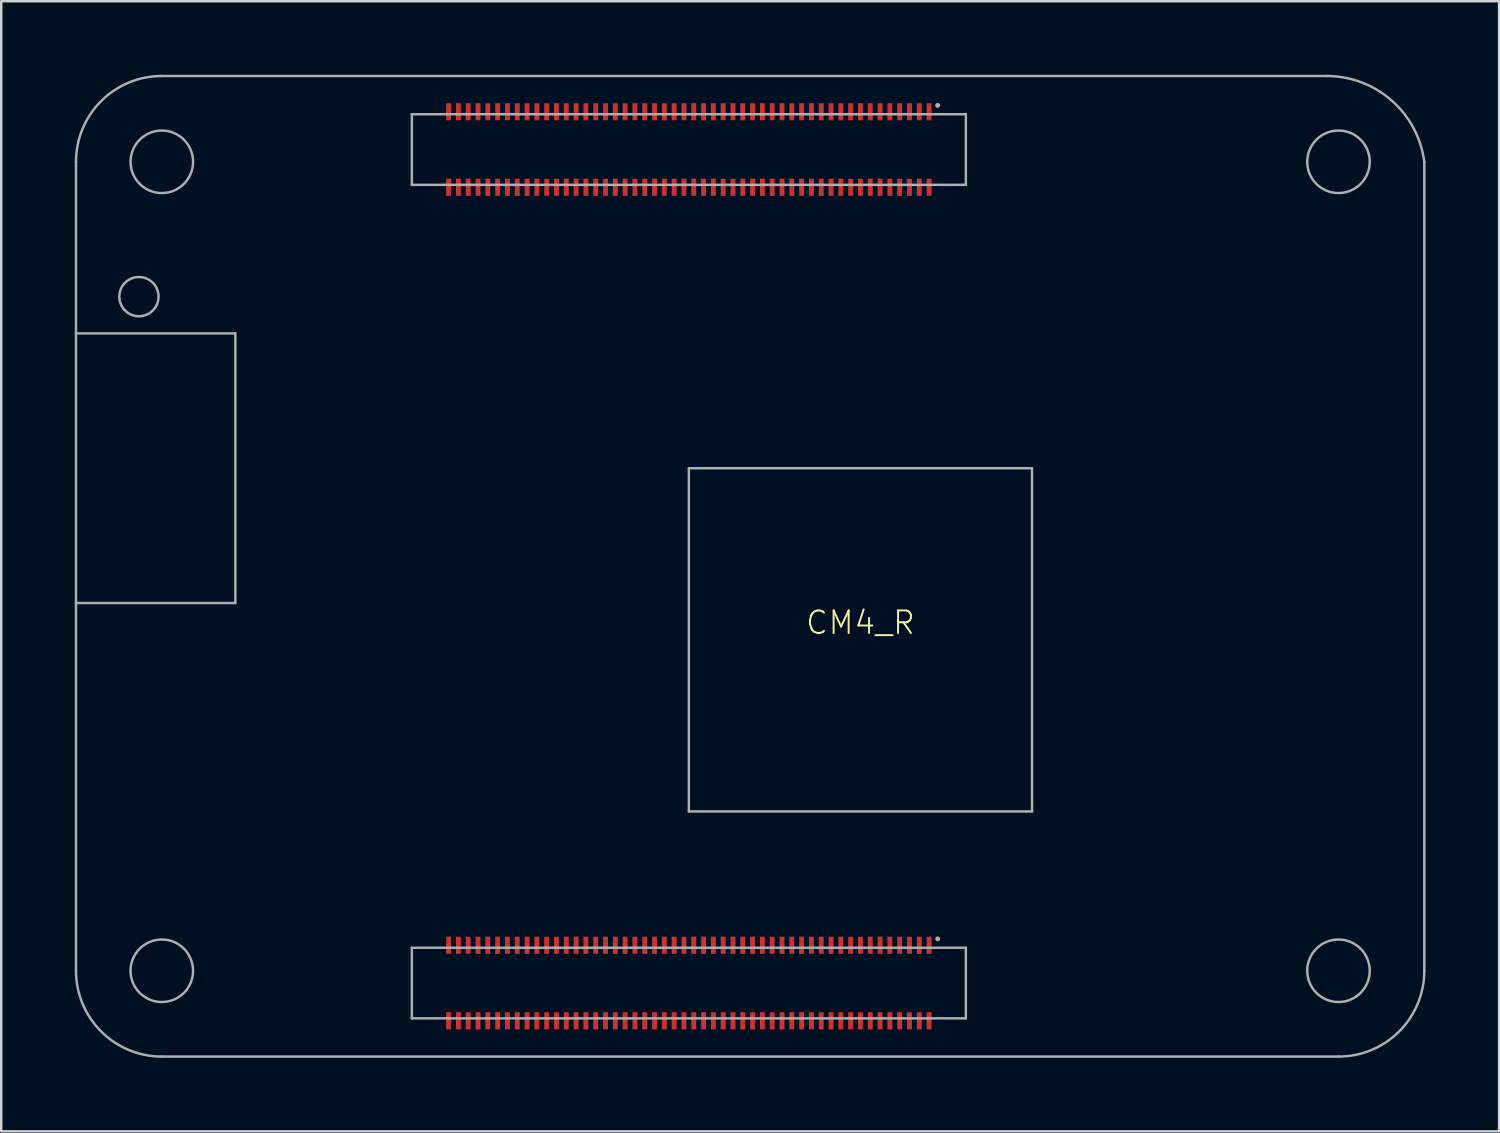
<source format=kicad_pcb>
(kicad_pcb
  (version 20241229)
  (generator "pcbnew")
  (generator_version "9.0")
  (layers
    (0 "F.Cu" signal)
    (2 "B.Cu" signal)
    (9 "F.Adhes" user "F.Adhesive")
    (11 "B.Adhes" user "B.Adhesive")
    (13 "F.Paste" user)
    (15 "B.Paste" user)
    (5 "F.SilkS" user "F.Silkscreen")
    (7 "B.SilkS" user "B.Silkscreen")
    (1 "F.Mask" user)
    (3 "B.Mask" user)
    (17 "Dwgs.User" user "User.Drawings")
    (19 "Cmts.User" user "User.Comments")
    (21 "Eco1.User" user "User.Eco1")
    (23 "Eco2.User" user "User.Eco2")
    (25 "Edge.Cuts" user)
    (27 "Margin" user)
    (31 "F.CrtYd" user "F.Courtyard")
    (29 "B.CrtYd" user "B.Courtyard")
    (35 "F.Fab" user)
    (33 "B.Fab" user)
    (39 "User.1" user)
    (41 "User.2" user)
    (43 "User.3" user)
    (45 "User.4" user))
  (footprint "CM4_R"
    (layer "F.Cu")
    (at 27.55 20.05)
    (property "Reference" "CM4_R" (at 4.5 2.3 0) (unlocked yes) (layer "F.SilkS") (effects (font (size 0.92 0.92) (thickness 0.08))))
    (fp_line (start -12.3 -18.29) (end -12.3 -18.79) (stroke (width 0.2) (type solid)) (layer "F.Paste"))
    (fp_line (start -12.3 -15.21) (end -12.3 -15.71) (stroke (width 0.2) (type solid)) (layer "F.Paste"))
    (fp_line (start -12.3 15.71) (end -12.3 15.21) (stroke (width 0.2) (type solid)) (layer "F.Paste"))
    (fp_line (start -12.3 18.79) (end -12.3 18.29) (stroke (width 0.2) (type solid)) (layer "F.Paste"))
    (fp_line (start -11.9 -18.29) (end -11.9 -18.79) (stroke (width 0.2) (type solid)) (layer "F.Paste"))
    (fp_line (start -11.9 -15.21) (end -11.9 -15.71) (stroke (width 0.2) (type solid)) (layer "F.Paste"))
    (fp_line (start -11.9 15.71) (end -11.9 15.21) (stroke (width 0.2) (type solid)) (layer "F.Paste"))
    (fp_line (start -11.9 18.79) (end -11.9 18.29) (stroke (width 0.2) (type solid)) (layer "F.Paste"))
    (fp_line (start -11.5 -18.29) (end -11.5 -18.79) (stroke (width 0.2) (type solid)) (layer "F.Paste"))
    (fp_line (start -11.5 -15.21) (end -11.5 -15.71) (stroke (width 0.2) (type solid)) (layer "F.Paste"))
    (fp_line (start -11.5 15.71) (end -11.5 15.21) (stroke (width 0.2) (type solid)) (layer "F.Paste"))
    (fp_line (start -11.5 18.79) (end -11.5 18.29) (stroke (width 0.2) (type solid)) (layer "F.Paste"))
    (fp_line (start -11.1 -18.29) (end -11.1 -18.79) (stroke (width 0.2) (type solid)) (layer "F.Paste"))
    (fp_line (start -11.1 -15.21) (end -11.1 -15.71) (stroke (width 0.2) (type solid)) (layer "F.Paste"))
    (fp_line (start -11.1 15.71) (end -11.1 15.21) (stroke (width 0.2) (type solid)) (layer "F.Paste"))
    (fp_line (start -11.1 18.79) (end -11.1 18.29) (stroke (width 0.2) (type solid)) (layer "F.Paste"))
    (fp_line (start -10.7 -18.29) (end -10.7 -18.79) (stroke (width 0.2) (type solid)) (layer "F.Paste"))
    (fp_line (start -10.7 -15.21) (end -10.7 -15.71) (stroke (width 0.2) (type solid)) (layer "F.Paste"))
    (fp_line (start -10.7 15.71) (end -10.7 15.21) (stroke (width 0.2) (type solid)) (layer "F.Paste"))
    (fp_line (start -10.7 18.79) (end -10.7 18.29) (stroke (width 0.2) (type solid)) (layer "F.Paste"))
    (fp_line (start -10.3 -18.29) (end -10.3 -18.79) (stroke (width 0.2) (type solid)) (layer "F.Paste"))
    (fp_line (start -10.3 -15.21) (end -10.3 -15.71) (stroke (width 0.2) (type solid)) (layer "F.Paste"))
    (fp_line (start -10.3 15.71) (end -10.3 15.21) (stroke (width 0.2) (type solid)) (layer "F.Paste"))
    (fp_line (start -10.3 18.79) (end -10.3 18.29) (stroke (width 0.2) (type solid)) (layer "F.Paste"))
    (fp_line (start -9.9 -18.29) (end -9.9 -18.79) (stroke (width 0.2) (type solid)) (layer "F.Paste"))
    (fp_line (start -9.9 -15.21) (end -9.9 -15.71) (stroke (width 0.2) (type solid)) (layer "F.Paste"))
    (fp_line (start -9.9 15.71) (end -9.9 15.21) (stroke (width 0.2) (type solid)) (layer "F.Paste"))
    (fp_line (start -9.9 18.79) (end -9.9 18.29) (stroke (width 0.2) (type solid)) (layer "F.Paste"))
    (fp_line (start -9.5 -18.29) (end -9.5 -18.79) (stroke (width 0.2) (type solid)) (layer "F.Paste"))
    (fp_line (start -9.5 -15.21) (end -9.5 -15.71) (stroke (width 0.2) (type solid)) (layer "F.Paste"))
    (fp_line (start -9.5 15.71) (end -9.5 15.21) (stroke (width 0.2) (type solid)) (layer "F.Paste"))
    (fp_line (start -9.5 18.79) (end -9.5 18.29) (stroke (width 0.2) (type solid)) (layer "F.Paste"))
    (fp_line (start -9.1 -18.29) (end -9.1 -18.79) (stroke (width 0.2) (type solid)) (layer "F.Paste"))
    (fp_line (start -9.1 -15.21) (end -9.1 -15.71) (stroke (width 0.2) (type solid)) (layer "F.Paste"))
    (fp_line (start -9.1 15.71) (end -9.1 15.21) (stroke (width 0.2) (type solid)) (layer "F.Paste"))
    (fp_line (start -9.1 18.79) (end -9.1 18.29) (stroke (width 0.2) (type solid)) (layer "F.Paste"))
    (fp_line (start -8.7 -18.29) (end -8.7 -18.79) (stroke (width 0.2) (type solid)) (layer "F.Paste"))
    (fp_line (start -8.7 -15.21) (end -8.7 -15.71) (stroke (width 0.2) (type solid)) (layer "F.Paste"))
    (fp_line (start -8.7 15.71) (end -8.7 15.21) (stroke (width 0.2) (type solid)) (layer "F.Paste"))
    (fp_line (start -8.7 18.79) (end -8.7 18.29) (stroke (width 0.2) (type solid)) (layer "F.Paste"))
    (fp_line (start -8.3 -18.29) (end -8.3 -18.79) (stroke (width 0.2) (type solid)) (layer "F.Paste"))
    (fp_line (start -8.3 -15.21) (end -8.3 -15.71) (stroke (width 0.2) (type solid)) (layer "F.Paste"))
    (fp_line (start -8.3 15.71) (end -8.3 15.21) (stroke (width 0.2) (type solid)) (layer "F.Paste"))
    (fp_line (start -8.3 18.79) (end -8.3 18.29) (stroke (width 0.2) (type solid)) (layer "F.Paste"))
    (fp_line (start -7.9 -18.29) (end -7.9 -18.79) (stroke (width 0.2) (type solid)) (layer "F.Paste"))
    (fp_line (start -7.9 -15.21) (end -7.9 -15.71) (stroke (width 0.2) (type solid)) (layer "F.Paste"))
    (fp_line (start -7.9 15.71) (end -7.9 15.21) (stroke (width 0.2) (type solid)) (layer "F.Paste"))
    (fp_line (start -7.9 18.79) (end -7.9 18.29) (stroke (width 0.2) (type solid)) (layer "F.Paste"))
    (fp_line (start -7.5 -18.29) (end -7.5 -18.79) (stroke (width 0.2) (type solid)) (layer "F.Paste"))
    (fp_line (start -7.5 -15.21) (end -7.5 -15.71) (stroke (width 0.2) (type solid)) (layer "F.Paste"))
    (fp_line (start -7.5 15.71) (end -7.5 15.21) (stroke (width 0.2) (type solid)) (layer "F.Paste"))
    (fp_line (start -7.5 18.79) (end -7.5 18.29) (stroke (width 0.2) (type solid)) (layer "F.Paste"))
    (fp_line (start -7.1 -18.29) (end -7.1 -18.79) (stroke (width 0.2) (type solid)) (layer "F.Paste"))
    (fp_line (start -7.1 -15.21) (end -7.1 -15.71) (stroke (width 0.2) (type solid)) (layer "F.Paste"))
    (fp_line (start -7.1 15.71) (end -7.1 15.21) (stroke (width 0.2) (type solid)) (layer "F.Paste"))
    (fp_line (start -7.1 18.79) (end -7.1 18.29) (stroke (width 0.2) (type solid)) (layer "F.Paste"))
    (fp_line (start -6.7 -18.29) (end -6.7 -18.79) (stroke (width 0.2) (type solid)) (layer "F.Paste"))
    (fp_line (start -6.7 -15.21) (end -6.7 -15.71) (stroke (width 0.2) (type solid)) (layer "F.Paste"))
    (fp_line (start -6.7 15.71) (end -6.7 15.21) (stroke (width 0.2) (type solid)) (layer "F.Paste"))
    (fp_line (start -6.7 18.79) (end -6.7 18.29) (stroke (width 0.2) (type solid)) (layer "F.Paste"))
    (fp_line (start -6.3 -18.29) (end -6.3 -18.79) (stroke (width 0.2) (type solid)) (layer "F.Paste"))
    (fp_line (start -6.3 -15.21) (end -6.3 -15.71) (stroke (width 0.2) (type solid)) (layer "F.Paste"))
    (fp_line (start -6.3 15.71) (end -6.3 15.21) (stroke (width 0.2) (type solid)) (layer "F.Paste"))
    (fp_line (start -6.3 18.79) (end -6.3 18.29) (stroke (width 0.2) (type solid)) (layer "F.Paste"))
    (fp_line (start -5.9 -18.29) (end -5.9 -18.79) (stroke (width 0.2) (type solid)) (layer "F.Paste"))
    (fp_line (start -5.9 -15.21) (end -5.9 -15.71) (stroke (width 0.2) (type solid)) (layer "F.Paste"))
    (fp_line (start -5.9 15.71) (end -5.9 15.21) (stroke (width 0.2) (type solid)) (layer "F.Paste"))
    (fp_line (start -5.9 18.79) (end -5.9 18.29) (stroke (width 0.2) (type solid)) (layer "F.Paste"))
    (fp_line (start -5.5 -18.29) (end -5.5 -18.79) (stroke (width 0.2) (type solid)) (layer "F.Paste"))
    (fp_line (start -5.5 -15.21) (end -5.5 -15.71) (stroke (width 0.2) (type solid)) (layer "F.Paste"))
    (fp_line (start -5.5 15.71) (end -5.5 15.21) (stroke (width 0.2) (type solid)) (layer "F.Paste"))
    (fp_line (start -5.5 18.79) (end -5.5 18.29) (stroke (width 0.2) (type solid)) (layer "F.Paste"))
    (fp_line (start -5.1 -18.29) (end -5.1 -18.79) (stroke (width 0.2) (type solid)) (layer "F.Paste"))
    (fp_line (start -5.1 -15.21) (end -5.1 -15.71) (stroke (width 0.2) (type solid)) (layer "F.Paste"))
    (fp_line (start -5.1 15.71) (end -5.1 15.21) (stroke (width 0.2) (type solid)) (layer "F.Paste"))
    (fp_line (start -5.1 18.79) (end -5.1 18.29) (stroke (width 0.2) (type solid)) (layer "F.Paste"))
    (fp_line (start -4.7 -18.29) (end -4.7 -18.79) (stroke (width 0.2) (type solid)) (layer "F.Paste"))
    (fp_line (start -4.7 -15.21) (end -4.7 -15.71) (stroke (width 0.2) (type solid)) (layer "F.Paste"))
    (fp_line (start -4.7 15.71) (end -4.7 15.21) (stroke (width 0.2) (type solid)) (layer "F.Paste"))
    (fp_line (start -4.7 18.79) (end -4.7 18.29) (stroke (width 0.2) (type solid)) (layer "F.Paste"))
    (fp_line (start -4.3 -18.29) (end -4.3 -18.79) (stroke (width 0.2) (type solid)) (layer "F.Paste"))
    (fp_line (start -4.3 -15.21) (end -4.3 -15.71) (stroke (width 0.2) (type solid)) (layer "F.Paste"))
    (fp_line (start -4.3 15.71) (end -4.3 15.21) (stroke (width 0.2) (type solid)) (layer "F.Paste"))
    (fp_line (start -4.3 18.79) (end -4.3 18.29) (stroke (width 0.2) (type solid)) (layer "F.Paste"))
    (fp_line (start -3.9 -18.29) (end -3.9 -18.79) (stroke (width 0.2) (type solid)) (layer "F.Paste"))
    (fp_line (start -3.9 -15.21) (end -3.9 -15.71) (stroke (width 0.2) (type solid)) (layer "F.Paste"))
    (fp_line (start -3.9 15.71) (end -3.9 15.21) (stroke (width 0.2) (type solid)) (layer "F.Paste"))
    (fp_line (start -3.9 18.79) (end -3.9 18.29) (stroke (width 0.2) (type solid)) (layer "F.Paste"))
    (fp_line (start -3.5 -18.29) (end -3.5 -18.79) (stroke (width 0.2) (type solid)) (layer "F.Paste"))
    (fp_line (start -3.5 -15.21) (end -3.5 -15.71) (stroke (width 0.2) (type solid)) (layer "F.Paste"))
    (fp_line (start -3.5 15.71) (end -3.5 15.21) (stroke (width 0.2) (type solid)) (layer "F.Paste"))
    (fp_line (start -3.5 18.79) (end -3.5 18.29) (stroke (width 0.2) (type solid)) (layer "F.Paste"))
    (fp_line (start -3.1 -18.29) (end -3.1 -18.79) (stroke (width 0.2) (type solid)) (layer "F.Paste"))
    (fp_line (start -3.1 -15.21) (end -3.1 -15.71) (stroke (width 0.2) (type solid)) (layer "F.Paste"))
    (fp_line (start -3.1 15.71) (end -3.1 15.21) (stroke (width 0.2) (type solid)) (layer "F.Paste"))
    (fp_line (start -3.1 18.79) (end -3.1 18.29) (stroke (width 0.2) (type solid)) (layer "F.Paste"))
    (fp_line (start -2.7 -18.29) (end -2.7 -18.79) (stroke (width 0.2) (type solid)) (layer "F.Paste"))
    (fp_line (start -2.7 -15.21) (end -2.7 -15.71) (stroke (width 0.2) (type solid)) (layer "F.Paste"))
    (fp_line (start -2.7 15.71) (end -2.7 15.21) (stroke (width 0.2) (type solid)) (layer "F.Paste"))
    (fp_line (start -2.7 18.79) (end -2.7 18.29) (stroke (width 0.2) (type solid)) (layer "F.Paste"))
    (fp_line (start -2.3 -18.29) (end -2.3 -18.79) (stroke (width 0.2) (type solid)) (layer "F.Paste"))
    (fp_line (start -2.3 -15.21) (end -2.3 -15.71) (stroke (width 0.2) (type solid)) (layer "F.Paste"))
    (fp_line (start -2.3 15.71) (end -2.3 15.21) (stroke (width 0.2) (type solid)) (layer "F.Paste"))
    (fp_line (start -2.3 18.79) (end -2.3 18.29) (stroke (width 0.2) (type solid)) (layer "F.Paste"))
    (fp_line (start -1.9 -18.29) (end -1.9 -18.79) (stroke (width 0.2) (type solid)) (layer "F.Paste"))
    (fp_line (start -1.9 -15.21) (end -1.9 -15.71) (stroke (width 0.2) (type solid)) (layer "F.Paste"))
    (fp_line (start -1.9 15.71) (end -1.9 15.21) (stroke (width 0.2) (type solid)) (layer "F.Paste"))
    (fp_line (start -1.9 18.79) (end -1.9 18.29) (stroke (width 0.2) (type solid)) (layer "F.Paste"))
    (fp_line (start -1.5 -18.29) (end -1.5 -18.79) (stroke (width 0.2) (type solid)) (layer "F.Paste"))
    (fp_line (start -1.5 -15.21) (end -1.5 -15.71) (stroke (width 0.2) (type solid)) (layer "F.Paste"))
    (fp_line (start -1.5 15.71) (end -1.5 15.21) (stroke (width 0.2) (type solid)) (layer "F.Paste"))
    (fp_line (start -1.5 18.79) (end -1.5 18.29) (stroke (width 0.2) (type solid)) (layer "F.Paste"))
    (fp_line (start -1.1 -18.29) (end -1.1 -18.79) (stroke (width 0.2) (type solid)) (layer "F.Paste"))
    (fp_line (start -1.1 -15.21) (end -1.1 -15.71) (stroke (width 0.2) (type solid)) (layer "F.Paste"))
    (fp_line (start -1.1 15.71) (end -1.1 15.21) (stroke (width 0.2) (type solid)) (layer "F.Paste"))
    (fp_line (start -1.1 18.79) (end -1.1 18.29) (stroke (width 0.2) (type solid)) (layer "F.Paste"))
    (fp_line (start -0.7 -18.29) (end -0.7 -18.79) (stroke (width 0.2) (type solid)) (layer "F.Paste"))
    (fp_line (start -0.7 -15.21) (end -0.7 -15.71) (stroke (width 0.2) (type solid)) (layer "F.Paste"))
    (fp_line (start -0.7 15.71) (end -0.7 15.21) (stroke (width 0.2) (type solid)) (layer "F.Paste"))
    (fp_line (start -0.7 18.79) (end -0.7 18.29) (stroke (width 0.2) (type solid)) (layer "F.Paste"))
    (fp_line (start -0.3 -18.29) (end -0.3 -18.79) (stroke (width 0.2) (type solid)) (layer "F.Paste"))
    (fp_line (start -0.3 -15.21) (end -0.3 -15.71) (stroke (width 0.2) (type solid)) (layer "F.Paste"))
    (fp_line (start -0.3 15.71) (end -0.3 15.21) (stroke (width 0.2) (type solid)) (layer "F.Paste"))
    (fp_line (start -0.3 18.79) (end -0.3 18.29) (stroke (width 0.2) (type solid)) (layer "F.Paste"))
    (fp_line (start 0.1 -18.29) (end 0.1 -18.79) (stroke (width 0.2) (type solid)) (layer "F.Paste"))
    (fp_line (start 0.1 -15.21) (end 0.1 -15.71) (stroke (width 0.2) (type solid)) (layer "F.Paste"))
    (fp_line (start 0.1 15.71) (end 0.1 15.21) (stroke (width 0.2) (type solid)) (layer "F.Paste"))
    (fp_line (start 0.1 18.79) (end 0.1 18.29) (stroke (width 0.2) (type solid)) (layer "F.Paste"))
    (fp_line (start 0.5 -18.29) (end 0.5 -18.79) (stroke (width 0.2) (type solid)) (layer "F.Paste"))
    (fp_line (start 0.5 -15.21) (end 0.5 -15.71) (stroke (width 0.2) (type solid)) (layer "F.Paste"))
    (fp_line (start 0.5 15.71) (end 0.5 15.21) (stroke (width 0.2) (type solid)) (layer "F.Paste"))
    (fp_line (start 0.5 18.79) (end 0.5 18.29) (stroke (width 0.2) (type solid)) (layer "F.Paste"))
    (fp_line (start 0.9 -18.29) (end 0.9 -18.79) (stroke (width 0.2) (type solid)) (layer "F.Paste"))
    (fp_line (start 0.9 -15.21) (end 0.9 -15.71) (stroke (width 0.2) (type solid)) (layer "F.Paste"))
    (fp_line (start 0.9 15.71) (end 0.9 15.21) (stroke (width 0.2) (type solid)) (layer "F.Paste"))
    (fp_line (start 0.9 18.79) (end 0.9 18.29) (stroke (width 0.2) (type solid)) (layer "F.Paste"))
    (fp_line (start 1.3 -18.29) (end 1.3 -18.79) (stroke (width 0.2) (type solid)) (layer "F.Paste"))
    (fp_line (start 1.3 -15.21) (end 1.3 -15.71) (stroke (width 0.2) (type solid)) (layer "F.Paste"))
    (fp_line (start 1.3 15.71) (end 1.3 15.21) (stroke (width 0.2) (type solid)) (layer "F.Paste"))
    (fp_line (start 1.3 18.79) (end 1.3 18.29) (stroke (width 0.2) (type solid)) (layer "F.Paste"))
    (fp_line (start 1.7 -18.29) (end 1.7 -18.79) (stroke (width 0.2) (type solid)) (layer "F.Paste"))
    (fp_line (start 1.7 -15.21) (end 1.7 -15.71) (stroke (width 0.2) (type solid)) (layer "F.Paste"))
    (fp_line (start 1.7 15.71) (end 1.7 15.21) (stroke (width 0.2) (type solid)) (layer "F.Paste"))
    (fp_line (start 1.7 18.79) (end 1.7 18.29) (stroke (width 0.2) (type solid)) (layer "F.Paste"))
    (fp_line (start 2.1 -18.29) (end 2.1 -18.79) (stroke (width 0.2) (type solid)) (layer "F.Paste"))
    (fp_line (start 2.1 -15.21) (end 2.1 -15.71) (stroke (width 0.2) (type solid)) (layer "F.Paste"))
    (fp_line (start 2.1 15.71) (end 2.1 15.21) (stroke (width 0.2) (type solid)) (layer "F.Paste"))
    (fp_line (start 2.1 18.79) (end 2.1 18.29) (stroke (width 0.2) (type solid)) (layer "F.Paste"))
    (fp_line (start 2.5 -18.29) (end 2.5 -18.79) (stroke (width 0.2) (type solid)) (layer "F.Paste"))
    (fp_line (start 2.5 -15.21) (end 2.5 -15.71) (stroke (width 0.2) (type solid)) (layer "F.Paste"))
    (fp_line (start 2.5 15.71) (end 2.5 15.21) (stroke (width 0.2) (type solid)) (layer "F.Paste"))
    (fp_line (start 2.5 18.79) (end 2.5 18.29) (stroke (width 0.2) (type solid)) (layer "F.Paste"))
    (fp_line (start 2.9 -18.29) (end 2.9 -18.79) (stroke (width 0.2) (type solid)) (layer "F.Paste"))
    (fp_line (start 2.9 -15.21) (end 2.9 -15.71) (stroke (width 0.2) (type solid)) (layer "F.Paste"))
    (fp_line (start 2.9 15.71) (end 2.9 15.21) (stroke (width 0.2) (type solid)) (layer "F.Paste"))
    (fp_line (start 2.9 18.79) (end 2.9 18.29) (stroke (width 0.2) (type solid)) (layer "F.Paste"))
    (fp_line (start 3.3 -18.29) (end 3.3 -18.79) (stroke (width 0.2) (type solid)) (layer "F.Paste"))
    (fp_line (start 3.3 -15.21) (end 3.3 -15.71) (stroke (width 0.2) (type solid)) (layer "F.Paste"))
    (fp_line (start 3.3 15.71) (end 3.3 15.21) (stroke (width 0.2) (type solid)) (layer "F.Paste"))
    (fp_line (start 3.3 18.79) (end 3.3 18.29) (stroke (width 0.2) (type solid)) (layer "F.Paste"))
    (fp_line (start 3.7 -18.29) (end 3.7 -18.79) (stroke (width 0.2) (type solid)) (layer "F.Paste"))
    (fp_line (start 3.7 -15.21) (end 3.7 -15.71) (stroke (width 0.2) (type solid)) (layer "F.Paste"))
    (fp_line (start 3.7 15.71) (end 3.7 15.21) (stroke (width 0.2) (type solid)) (layer "F.Paste"))
    (fp_line (start 3.7 18.79) (end 3.7 18.29) (stroke (width 0.2) (type solid)) (layer "F.Paste"))
    (fp_line (start 4.1 -18.29) (end 4.1 -18.79) (stroke (width 0.2) (type solid)) (layer "F.Paste"))
    (fp_line (start 4.1 -15.21) (end 4.1 -15.71) (stroke (width 0.2) (type solid)) (layer "F.Paste"))
    (fp_line (start 4.1 15.71) (end 4.1 15.21) (stroke (width 0.2) (type solid)) (layer "F.Paste"))
    (fp_line (start 4.1 18.79) (end 4.1 18.29) (stroke (width 0.2) (type solid)) (layer "F.Paste"))
    (fp_line (start 4.5 -18.29) (end 4.5 -18.79) (stroke (width 0.2) (type solid)) (layer "F.Paste"))
    (fp_line (start 4.5 -15.21) (end 4.5 -15.71) (stroke (width 0.2) (type solid)) (layer "F.Paste"))
    (fp_line (start 4.5 15.71) (end 4.5 15.21) (stroke (width 0.2) (type solid)) (layer "F.Paste"))
    (fp_line (start 4.5 18.79) (end 4.5 18.29) (stroke (width 0.2) (type solid)) (layer "F.Paste"))
    (fp_line (start 4.9 -18.29) (end 4.9 -18.79) (stroke (width 0.2) (type solid)) (layer "F.Paste"))
    (fp_line (start 4.9 -15.21) (end 4.9 -15.71) (stroke (width 0.2) (type solid)) (layer "F.Paste"))
    (fp_line (start 4.9 15.71) (end 4.9 15.21) (stroke (width 0.2) (type solid)) (layer "F.Paste"))
    (fp_line (start 4.9 18.79) (end 4.9 18.29) (stroke (width 0.2) (type solid)) (layer "F.Paste"))
    (fp_line (start 5.3 -18.29) (end 5.3 -18.79) (stroke (width 0.2) (type solid)) (layer "F.Paste"))
    (fp_line (start 5.3 -15.21) (end 5.3 -15.71) (stroke (width 0.2) (type solid)) (layer "F.Paste"))
    (fp_line (start 5.3 15.71) (end 5.3 15.21) (stroke (width 0.2) (type solid)) (layer "F.Paste"))
    (fp_line (start 5.3 18.79) (end 5.3 18.29) (stroke (width 0.2) (type solid)) (layer "F.Paste"))
    (fp_line (start 5.7 -18.29) (end 5.7 -18.79) (stroke (width 0.2) (type solid)) (layer "F.Paste"))
    (fp_line (start 5.7 -15.21) (end 5.7 -15.71) (stroke (width 0.2) (type solid)) (layer "F.Paste"))
    (fp_line (start 5.7 15.71) (end 5.7 15.21) (stroke (width 0.2) (type solid)) (layer "F.Paste"))
    (fp_line (start 5.7 18.79) (end 5.7 18.29) (stroke (width 0.2) (type solid)) (layer "F.Paste"))
    (fp_line (start 6.1 -18.29) (end 6.1 -18.79) (stroke (width 0.2) (type solid)) (layer "F.Paste"))
    (fp_line (start 6.1 -15.21) (end 6.1 -15.71) (stroke (width 0.2) (type solid)) (layer "F.Paste"))
    (fp_line (start 6.1 15.71) (end 6.1 15.21) (stroke (width 0.2) (type solid)) (layer "F.Paste"))
    (fp_line (start 6.1 18.79) (end 6.1 18.29) (stroke (width 0.2) (type solid)) (layer "F.Paste"))
    (fp_line (start 6.5 -18.29) (end 6.5 -18.79) (stroke (width 0.2) (type solid)) (layer "F.Paste"))
    (fp_line (start 6.5 -15.21) (end 6.5 -15.71) (stroke (width 0.2) (type solid)) (layer "F.Paste"))
    (fp_line (start 6.5 15.71) (end 6.5 15.21) (stroke (width 0.2) (type solid)) (layer "F.Paste"))
    (fp_line (start 6.5 18.79) (end 6.5 18.29) (stroke (width 0.2) (type solid)) (layer "F.Paste"))
    (fp_line (start 6.9 -18.29) (end 6.9 -18.79) (stroke (width 0.2) (type solid)) (layer "F.Paste"))
    (fp_line (start 6.9 -15.21) (end 6.9 -15.71) (stroke (width 0.2) (type solid)) (layer "F.Paste"))
    (fp_line (start 6.9 15.71) (end 6.9 15.21) (stroke (width 0.2) (type solid)) (layer "F.Paste"))
    (fp_line (start 6.9 18.79) (end 6.9 18.29) (stroke (width 0.2) (type solid)) (layer "F.Paste"))
    (fp_line (start 7.3 -18.29) (end 7.3 -18.79) (stroke (width 0.2) (type solid)) (layer "F.Paste"))
    (fp_line (start 7.3 -15.21) (end 7.3 -15.71) (stroke (width 0.2) (type solid)) (layer "F.Paste"))
    (fp_line (start 7.3 15.71) (end 7.3 15.21) (stroke (width 0.2) (type solid)) (layer "F.Paste"))
    (fp_line (start 7.3 18.79) (end 7.3 18.29) (stroke (width 0.2) (type solid)) (layer "F.Paste"))
    (fp_line (start -27.5 -16.5) (end -27.5 -9.5) (stroke (width 0.1) (type solid)) (layer "F.Fab"))
    (fp_line (start -27.5 -9.5) (end -27.5 1.5) (stroke (width 0.1) (type solid)) (layer "F.Fab"))
    (fp_line (start -27.5 1.5) (end -27.5 16.5) (stroke (width 0.1) (type solid)) (layer "F.Fab"))
    (fp_line (start -27.5 1.5) (end -21 1.5) (stroke (width 0.1) (type solid)) (layer "F.Fab"))
    (fp_line (start -24 20) (end 24 20) (stroke (width 0.1) (type solid)) (layer "F.Fab"))
    (fp_line (start -21 -9.5) (end -27.5 -9.5) (stroke (width 0.1) (type solid)) (layer "F.Fab"))
    (fp_line (start -21 1.5) (end -21 -9.5) (stroke (width 0.1) (type solid)) (layer "F.Fab"))
    (fp_line (start -13.8 -18.44) (end 8.8 -18.44) (stroke (width 0.1) (type solid)) (layer "F.Fab"))
    (fp_line (start -13.8 -15.56) (end -13.8 -18.44) (stroke (width 0.1) (type solid)) (layer "F.Fab"))
    (fp_line (start -13.8 15.56) (end 8.8 15.56) (stroke (width 0.1) (type solid)) (layer "F.Fab"))
    (fp_line (start -13.8 18.44) (end -13.8 15.56) (stroke (width 0.1) (type solid)) (layer "F.Fab"))
    (fp_line (start -2.5 -4) (end -2.5 10) (stroke (width 0.1) (type solid)) (layer "F.Fab"))
    (fp_line (start -2.5 10) (end 11.5 10) (stroke (width 0.1) (type solid)) (layer "F.Fab"))
    (fp_line (start 8.8 -18.44) (end 8.8 -15.56) (stroke (width 0.1) (type solid)) (layer "F.Fab"))
    (fp_line (start 8.8 -15.56) (end -13.8 -15.56) (stroke (width 0.1) (type solid)) (layer "F.Fab"))
    (fp_line (start 8.8 15.56) (end 8.8 18.44) (stroke (width 0.1) (type solid)) (layer "F.Fab"))
    (fp_line (start 8.8 18.44) (end -13.8 18.44) (stroke (width 0.1) (type solid)) (layer "F.Fab"))
    (fp_line (start 11.5 -4) (end -2.5 -4) (stroke (width 0.1) (type solid)) (layer "F.Fab"))
    (fp_line (start 11.5 10) (end 11.5 -4) (stroke (width 0.1) (type solid)) (layer "F.Fab"))
    (fp_line (start 23.5 -20) (end -24 -20) (stroke (width 0.1) (type solid)) (layer "F.Fab"))
    (fp_line (start 27.5 16.5) (end 27.5 -16.5) (stroke (width 0.1) (type solid)) (layer "F.Fab"))
    (fp_arc (start -27.5 -16.5) (mid -26.474874 -18.974874) (end -24 -20) (stroke (width 0.1) (type solid)) (layer "F.Fab"))
    (fp_arc (start -24 20) (mid -26.474874 18.974874) (end -27.5 16.5) (stroke (width 0.1) (type solid)) (layer "F.Fab"))
    (fp_arc (start 23.5 -20) (mid 26.161925 -19.006485) (end 27.5 -16.499999) (stroke (width 0.1) (type solid)) (layer "F.Fab"))
    (fp_arc (start 27.5 16.5) (mid 26.474874 18.974874) (end 24 20) (stroke (width 0.1) (type solid)) (layer "F.Fab"))
    (fp_circle (center -24.933 -11) (end -24.133 -11) (stroke (width 0.1) (type solid)) (fill no) (layer "F.Fab"))
    (fp_circle (center -24 -16.5) (end -22.725 -16.5) (stroke (width 0.1) (type solid)) (fill no) (layer "F.Fab"))
    (fp_circle (center -24 16.5) (end -22.725 16.5) (stroke (width 0.1) (type solid)) (fill no) (layer "F.Fab"))
    (fp_circle (center 7.65 -18.8) (end 7.7 -18.8) (stroke (width 0.1) (type solid)) (fill no) (layer "F.Fab"))
    (fp_circle (center 7.65 15.2) (end 7.7 15.2) (stroke (width 0.1) (type solid)) (fill no) (layer "F.Fab"))
    (fp_circle (center 24 -16.5) (end 25.275 -16.5) (stroke (width 0.1) (type solid)) (fill no) (layer "F.Fab"))
    (fp_circle (center 24 16.5) (end 25.275 16.5) (stroke (width 0.1) (type solid)) (fill no) (layer "F.Fab"))
    (pad "1" smd rect (at 7.3 -18.54) (size 0.2 0.7) (layers "F.Cu" "F.Mask"))
    (pad "2" smd rect (at 7.3 -15.46 180) (size 0.2 0.7) (layers "F.Cu" "F.Mask"))
    (pad "3" smd rect (at 6.9 -18.54) (size 0.2 0.7) (layers "F.Cu" "F.Mask"))
    (pad "4" smd rect (at 6.9 -15.46 180) (size 0.2 0.7) (layers "F.Cu" "F.Mask"))
    (pad "5" smd rect (at 6.5 -18.54) (size 0.2 0.7) (layers "F.Cu" "F.Mask"))
    (pad "6" smd rect (at 6.5 -15.46 180) (size 0.2 0.7) (layers "F.Cu" "F.Mask"))
    (pad "7" smd rect (at 6.1 -18.54) (size 0.2 0.7) (layers "F.Cu" "F.Mask"))
    (pad "8" smd rect (at 6.1 -15.46 180) (size 0.2 0.7) (layers "F.Cu" "F.Mask"))
    (pad "9" smd rect (at 5.7 -18.54) (size 0.2 0.7) (layers "F.Cu" "F.Mask"))
    (pad "10" smd rect (at 5.7 -15.46 180) (size 0.2 0.7) (layers "F.Cu" "F.Mask"))
    (pad "11" smd rect (at 5.3 -18.54) (size 0.2 0.7) (layers "F.Cu" "F.Mask"))
    (pad "12" smd rect (at 5.3 -15.46 180) (size 0.2 0.7) (layers "F.Cu" "F.Mask"))
    (pad "13" smd rect (at 4.9 -18.54) (size 0.2 0.7) (layers "F.Cu" "F.Mask"))
    (pad "14" smd rect (at 4.9 -15.46 180) (size 0.2 0.7) (layers "F.Cu" "F.Mask"))
    (pad "15" smd rect (at 4.5 -18.54) (size 0.2 0.7) (layers "F.Cu" "F.Mask"))
    (pad "16" smd rect (at 4.5 -15.46 180) (size 0.2 0.7) (layers "F.Cu" "F.Mask"))
    (pad "17" smd rect (at 4.1 -18.54) (size 0.2 0.7) (layers "F.Cu" "F.Mask"))
    (pad "18" smd rect (at 4.1 -15.46 180) (size 0.2 0.7) (layers "F.Cu" "F.Mask"))
    (pad "19" smd rect (at 3.7 -18.54) (size 0.2 0.7) (layers "F.Cu" "F.Mask"))
    (pad "20" smd rect (at 3.7 -15.46 180) (size 0.2 0.7) (layers "F.Cu" "F.Mask"))
    (pad "21" smd rect (at 3.3 -18.54) (size 0.2 0.7) (layers "F.Cu" "F.Mask"))
    (pad "22" smd rect (at 3.3 -15.46 180) (size 0.2 0.7) (layers "F.Cu" "F.Mask"))
    (pad "23" smd rect (at 2.9 -18.54) (size 0.2 0.7) (layers "F.Cu" "F.Mask"))
    (pad "24" smd rect (at 2.9 -15.46 180) (size 0.2 0.7) (layers "F.Cu" "F.Mask"))
    (pad "25" smd rect (at 2.5 -18.54) (size 0.2 0.7) (layers "F.Cu" "F.Mask"))
    (pad "26" smd rect (at 2.5 -15.46 180) (size 0.2 0.7) (layers "F.Cu" "F.Mask"))
    (pad "27" smd rect (at 2.1 -18.54) (size 0.2 0.7) (layers "F.Cu" "F.Mask"))
    (pad "28" smd rect (at 2.1 -15.46 180) (size 0.2 0.7) (layers "F.Cu" "F.Mask"))
    (pad "29" smd rect (at 1.7 -18.54) (size 0.2 0.7) (layers "F.Cu" "F.Mask"))
    (pad "30" smd rect (at 1.7 -15.46 180) (size 0.2 0.7) (layers "F.Cu" "F.Mask"))
    (pad "31" smd rect (at 1.3 -18.54) (size 0.2 0.7) (layers "F.Cu" "F.Mask"))
    (pad "32" smd rect (at 1.3 -15.46 180) (size 0.2 0.7) (layers "F.Cu" "F.Mask"))
    (pad "33" smd rect (at 0.9 -18.54) (size 0.2 0.7) (layers "F.Cu" "F.Mask"))
    (pad "34" smd rect (at 0.9 -15.46 180) (size 0.2 0.7) (layers "F.Cu" "F.Mask"))
    (pad "35" smd rect (at 0.5 -18.54) (size 0.2 0.7) (layers "F.Cu" "F.Mask"))
    (pad "36" smd rect (at 0.5 -15.46 180) (size 0.2 0.7) (layers "F.Cu" "F.Mask"))
    (pad "37" smd rect (at 0.1 -18.54) (size 0.2 0.7) (layers "F.Cu" "F.Mask"))
    (pad "38" smd rect (at 0.1 -15.46 180) (size 0.2 0.7) (layers "F.Cu" "F.Mask"))
    (pad "39" smd rect (at -0.3 -18.54) (size 0.2 0.7) (layers "F.Cu" "F.Mask"))
    (pad "40" smd rect (at -0.3 -15.46 180) (size 0.2 0.7) (layers "F.Cu" "F.Mask"))
    (pad "41" smd rect (at -0.7 -18.54) (size 0.2 0.7) (layers "F.Cu" "F.Mask"))
    (pad "42" smd rect (at -0.7 -15.46 180) (size 0.2 0.7) (layers "F.Cu" "F.Mask"))
    (pad "43" smd rect (at -1.1 -18.54) (size 0.2 0.7) (layers "F.Cu" "F.Mask"))
    (pad "44" smd rect (at -1.1 -15.46 180) (size 0.2 0.7) (layers "F.Cu" "F.Mask"))
    (pad "45" smd rect (at -1.5 -18.54) (size 0.2 0.7) (layers "F.Cu" "F.Mask"))
    (pad "46" smd rect (at -1.5 -15.46 180) (size 0.2 0.7) (layers "F.Cu" "F.Mask"))
    (pad "47" smd rect (at -1.9 -18.54) (size 0.2 0.7) (layers "F.Cu" "F.Mask"))
    (pad "48" smd rect (at -1.9 -15.46 180) (size 0.2 0.7) (layers "F.Cu" "F.Mask"))
    (pad "49" smd rect (at -2.3 -18.54) (size 0.2 0.7) (layers "F.Cu" "F.Mask"))
    (pad "50" smd rect (at -2.3 -15.46 180) (size 0.2 0.7) (layers "F.Cu" "F.Mask"))
    (pad "51" smd rect (at -2.7 -18.54) (size 0.2 0.7) (layers "F.Cu" "F.Mask"))
    (pad "52" smd rect (at -2.7 -15.46 180) (size 0.2 0.7) (layers "F.Cu" "F.Mask"))
    (pad "53" smd rect (at -3.1 -18.54) (size 0.2 0.7) (layers "F.Cu" "F.Mask"))
    (pad "54" smd rect (at -3.1 -15.46 180) (size 0.2 0.7) (layers "F.Cu" "F.Mask"))
    (pad "55" smd rect (at -3.5 -18.54) (size 0.2 0.7) (layers "F.Cu" "F.Mask"))
    (pad "56" smd rect (at -3.5 -15.46 180) (size 0.2 0.7) (layers "F.Cu" "F.Mask"))
    (pad "57" smd rect (at -3.9 -18.54) (size 0.2 0.7) (layers "F.Cu" "F.Mask"))
    (pad "58" smd rect (at -3.9 -15.46 180) (size 0.2 0.7) (layers "F.Cu" "F.Mask"))
    (pad "59" smd rect (at -4.3 -18.54) (size 0.2 0.7) (layers "F.Cu" "F.Mask"))
    (pad "60" smd rect (at -4.3 -15.46 180) (size 0.2 0.7) (layers "F.Cu" "F.Mask"))
    (pad "61" smd rect (at -4.7 -18.54) (size 0.2 0.7) (layers "F.Cu" "F.Mask"))
    (pad "62" smd rect (at -4.7 -15.46 180) (size 0.2 0.7) (layers "F.Cu" "F.Mask"))
    (pad "63" smd rect (at -5.1 -18.54) (size 0.2 0.7) (layers "F.Cu" "F.Mask"))
    (pad "64" smd rect (at -5.1 -15.46 180) (size 0.2 0.7) (layers "F.Cu" "F.Mask"))
    (pad "65" smd rect (at -5.5 -18.54) (size 0.2 0.7) (layers "F.Cu" "F.Mask"))
    (pad "66" smd rect (at -5.5 -15.46 180) (size 0.2 0.7) (layers "F.Cu" "F.Mask"))
    (pad "67" smd rect (at -5.9 -18.54) (size 0.2 0.7) (layers "F.Cu" "F.Mask"))
    (pad "68" smd rect (at -5.9 -15.46 180) (size 0.2 0.7) (layers "F.Cu" "F.Mask"))
    (pad "69" smd rect (at -6.3 -18.54) (size 0.2 0.7) (layers "F.Cu" "F.Mask"))
    (pad "70" smd rect (at -6.3 -15.46 180) (size 0.2 0.7) (layers "F.Cu" "F.Mask"))
    (pad "71" smd rect (at -6.7 -18.54) (size 0.2 0.7) (layers "F.Cu" "F.Mask"))
    (pad "72" smd rect (at -6.7 -15.46 180) (size 0.2 0.7) (layers "F.Cu" "F.Mask"))
    (pad "73" smd rect (at -7.1 -18.54) (size 0.2 0.7) (layers "F.Cu" "F.Mask"))
    (pad "74" smd rect (at -7.1 -15.46 180) (size 0.2 0.7) (layers "F.Cu" "F.Mask"))
    (pad "75" smd rect (at -7.5 -18.54) (size 0.2 0.7) (layers "F.Cu" "F.Mask"))
    (pad "76" smd rect (at -7.5 -15.46 180) (size 0.2 0.7) (layers "F.Cu" "F.Mask"))
    (pad "77" smd rect (at -7.9 -18.54) (size 0.2 0.7) (layers "F.Cu" "F.Mask"))
    (pad "78" smd rect (at -7.9 -15.46 180) (size 0.2 0.7) (layers "F.Cu" "F.Mask"))
    (pad "79" smd rect (at -8.3 -18.54) (size 0.2 0.7) (layers "F.Cu" "F.Mask"))
    (pad "80" smd rect (at -8.3 -15.46 180) (size 0.2 0.7) (layers "F.Cu" "F.Mask"))
    (pad "81" smd rect (at -8.7 -18.54) (size 0.2 0.7) (layers "F.Cu" "F.Mask"))
    (pad "82" smd rect (at -8.7 -15.46 180) (size 0.2 0.7) (layers "F.Cu" "F.Mask"))
    (pad "83" smd rect (at -9.1 -18.54) (size 0.2 0.7) (layers "F.Cu" "F.Mask"))
    (pad "84" smd rect (at -9.1 -15.46 180) (size 0.2 0.7) (layers "F.Cu" "F.Mask"))
    (pad "85" smd rect (at -9.5 -18.54) (size 0.2 0.7) (layers "F.Cu" "F.Mask"))
    (pad "86" smd rect (at -9.5 -15.46 180) (size 0.2 0.7) (layers "F.Cu" "F.Mask"))
    (pad "87" smd rect (at -9.9 -18.54) (size 0.2 0.7) (layers "F.Cu" "F.Mask"))
    (pad "88" smd rect (at -9.9 -15.46 180) (size 0.2 0.7) (layers "F.Cu" "F.Mask"))
    (pad "89" smd rect (at -10.3 -18.54) (size 0.2 0.7) (layers "F.Cu" "F.Mask"))
    (pad "90" smd rect (at -10.3 -15.46 180) (size 0.2 0.7) (layers "F.Cu" "F.Mask"))
    (pad "91" smd rect (at -10.7 -18.54) (size 0.2 0.7) (layers "F.Cu" "F.Mask"))
    (pad "92" smd rect (at -10.7 -15.46 180) (size 0.2 0.7) (layers "F.Cu" "F.Mask"))
    (pad "93" smd rect (at -11.1 -18.54) (size 0.2 0.7) (layers "F.Cu" "F.Mask"))
    (pad "94" smd rect (at -11.1 -15.46 180) (size 0.2 0.7) (layers "F.Cu" "F.Mask"))
    (pad "95" smd rect (at -11.5 -18.54) (size 0.2 0.7) (layers "F.Cu" "F.Mask"))
    (pad "96" smd rect (at -11.5 -15.46 180) (size 0.2 0.7) (layers "F.Cu" "F.Mask"))
    (pad "97" smd rect (at -11.9 -18.54) (size 0.2 0.7) (layers "F.Cu" "F.Mask"))
    (pad "98" smd rect (at -11.9 -15.46 180) (size 0.2 0.7) (layers "F.Cu" "F.Mask"))
    (pad "99" smd rect (at -12.3 -18.54) (size 0.2 0.7) (layers "F.Cu" "F.Mask"))
    (pad "100" smd rect (at -12.3 -15.46 180) (size 0.2 0.7) (layers "F.Cu" "F.Mask"))
    (pad "101" smd rect (at 7.3 15.46) (size 0.2 0.7) (layers "F.Cu" "F.Mask"))
    (pad "102" smd rect (at 7.3 18.54 180) (size 0.2 0.7) (layers "F.Cu" "F.Mask"))
    (pad "103" smd rect (at 6.9 15.46) (size 0.2 0.7) (layers "F.Cu" "F.Mask"))
    (pad "104" smd rect (at 6.9 18.54 180) (size 0.2 0.7) (layers "F.Cu" "F.Mask"))
    (pad "105" smd rect (at 6.5 15.46) (size 0.2 0.7) (layers "F.Cu" "F.Mask"))
    (pad "106" smd rect (at 6.5 18.54 180) (size 0.2 0.7) (layers "F.Cu" "F.Mask"))
    (pad "107" smd rect (at 6.1 15.46) (size 0.2 0.7) (layers "F.Cu" "F.Mask"))
    (pad "108" smd rect (at 6.1 18.54 180) (size 0.2 0.7) (layers "F.Cu" "F.Mask"))
    (pad "109" smd rect (at 5.7 15.46) (size 0.2 0.7) (layers "F.Cu" "F.Mask"))
    (pad "110" smd rect (at 5.7 18.54 180) (size 0.2 0.7) (layers "F.Cu" "F.Mask"))
    (pad "111" smd rect (at 5.3 15.46) (size 0.2 0.7) (layers "F.Cu" "F.Mask"))
    (pad "112" smd rect (at 5.3 18.54 180) (size 0.2 0.7) (layers "F.Cu" "F.Mask"))
    (pad "113" smd rect (at 4.9 15.46) (size 0.2 0.7) (layers "F.Cu" "F.Mask"))
    (pad "114" smd rect (at 4.9 18.54 180) (size 0.2 0.7) (layers "F.Cu" "F.Mask"))
    (pad "115" smd rect (at 4.5 15.46) (size 0.2 0.7) (layers "F.Cu" "F.Mask"))
    (pad "116" smd rect (at 4.5 18.54 180) (size 0.2 0.7) (layers "F.Cu" "F.Mask"))
    (pad "117" smd rect (at 4.1 15.46) (size 0.2 0.7) (layers "F.Cu" "F.Mask"))
    (pad "118" smd rect (at 4.1 18.54 180) (size 0.2 0.7) (layers "F.Cu" "F.Mask"))
    (pad "119" smd rect (at 3.7 15.46) (size 0.2 0.7) (layers "F.Cu" "F.Mask"))
    (pad "120" smd rect (at 3.7 18.54 180) (size 0.2 0.7) (layers "F.Cu" "F.Mask"))
    (pad "121" smd rect (at 3.3 15.46) (size 0.2 0.7) (layers "F.Cu" "F.Mask"))
    (pad "122" smd rect (at 3.3 18.54 180) (size 0.2 0.7) (layers "F.Cu" "F.Mask"))
    (pad "123" smd rect (at 2.9 15.46) (size 0.2 0.7) (layers "F.Cu" "F.Mask"))
    (pad "124" smd rect (at 2.9 18.54 180) (size 0.2 0.7) (layers "F.Cu" "F.Mask"))
    (pad "125" smd rect (at 2.5 15.46) (size 0.2 0.7) (layers "F.Cu" "F.Mask"))
    (pad "126" smd rect (at 2.5 18.54 180) (size 0.2 0.7) (layers "F.Cu" "F.Mask"))
    (pad "127" smd rect (at 2.1 15.46) (size 0.2 0.7) (layers "F.Cu" "F.Mask"))
    (pad "128" smd rect (at 2.1 18.54 180) (size 0.2 0.7) (layers "F.Cu" "F.Mask"))
    (pad "129" smd rect (at 1.7 15.46) (size 0.2 0.7) (layers "F.Cu" "F.Mask"))
    (pad "130" smd rect (at 1.7 18.54 180) (size 0.2 0.7) (layers "F.Cu" "F.Mask"))
    (pad "131" smd rect (at 1.3 15.46) (size 0.2 0.7) (layers "F.Cu" "F.Mask"))
    (pad "132" smd rect (at 1.3 18.54 180) (size 0.2 0.7) (layers "F.Cu" "F.Mask"))
    (pad "133" smd rect (at 0.9 15.46) (size 0.2 0.7) (layers "F.Cu" "F.Mask"))
    (pad "134" smd rect (at 0.9 18.54 180) (size 0.2 0.7) (layers "F.Cu" "F.Mask"))
    (pad "135" smd rect (at 0.5 15.46) (size 0.2 0.7) (layers "F.Cu" "F.Mask"))
    (pad "136" smd rect (at 0.5 18.54 180) (size 0.2 0.7) (layers "F.Cu" "F.Mask"))
    (pad "137" smd rect (at 0.1 15.46) (size 0.2 0.7) (layers "F.Cu" "F.Mask"))
    (pad "138" smd rect (at 0.1 18.54 180) (size 0.2 0.7) (layers "F.Cu" "F.Mask"))
    (pad "139" smd rect (at -0.3 15.46) (size 0.2 0.7) (layers "F.Cu" "F.Mask"))
    (pad "140" smd rect (at -0.3 18.54 180) (size 0.2 0.7) (layers "F.Cu" "F.Mask"))
    (pad "141" smd rect (at -0.7 15.46) (size 0.2 0.7) (layers "F.Cu" "F.Mask"))
    (pad "142" smd rect (at -0.7 18.54 180) (size 0.2 0.7) (layers "F.Cu" "F.Mask"))
    (pad "143" smd rect (at -1.1 15.46) (size 0.2 0.7) (layers "F.Cu" "F.Mask"))
    (pad "144" smd rect (at -1.1 18.54 180) (size 0.2 0.7) (layers "F.Cu" "F.Mask"))
    (pad "145" smd rect (at -1.5 15.46) (size 0.2 0.7) (layers "F.Cu" "F.Mask"))
    (pad "146" smd rect (at -1.5 18.54 180) (size 0.2 0.7) (layers "F.Cu" "F.Mask"))
    (pad "147" smd rect (at -1.9 15.46) (size 0.2 0.7) (layers "F.Cu" "F.Mask"))
    (pad "148" smd rect (at -1.9 18.54 180) (size 0.2 0.7) (layers "F.Cu" "F.Mask"))
    (pad "149" smd rect (at -2.3 15.46) (size 0.2 0.7) (layers "F.Cu" "F.Mask"))
    (pad "150" smd rect (at -2.3 18.54 180) (size 0.2 0.7) (layers "F.Cu" "F.Mask"))
    (pad "151" smd rect (at -2.7 15.46) (size 0.2 0.7) (layers "F.Cu" "F.Mask"))
    (pad "152" smd rect (at -2.7 18.54 180) (size 0.2 0.7) (layers "F.Cu" "F.Mask"))
    (pad "153" smd rect (at -3.1 15.46) (size 0.2 0.7) (layers "F.Cu" "F.Mask"))
    (pad "154" smd rect (at -3.1 18.54 180) (size 0.2 0.7) (layers "F.Cu" "F.Mask"))
    (pad "155" smd rect (at -3.5 15.46) (size 0.2 0.7) (layers "F.Cu" "F.Mask"))
    (pad "156" smd rect (at -3.5 18.54 180) (size 0.2 0.7) (layers "F.Cu" "F.Mask"))
    (pad "157" smd rect (at -3.9 15.46) (size 0.2 0.7) (layers "F.Cu" "F.Mask"))
    (pad "158" smd rect (at -3.9 18.54 180) (size 0.2 0.7) (layers "F.Cu" "F.Mask"))
    (pad "159" smd rect (at -4.3 15.46) (size 0.2 0.7) (layers "F.Cu" "F.Mask"))
    (pad "160" smd rect (at -4.3 18.54 180) (size 0.2 0.7) (layers "F.Cu" "F.Mask"))
    (pad "161" smd rect (at -4.7 15.46) (size 0.2 0.7) (layers "F.Cu" "F.Mask"))
    (pad "162" smd rect (at -4.7 18.54 180) (size 0.2 0.7) (layers "F.Cu" "F.Mask"))
    (pad "163" smd rect (at -5.1 15.46) (size 0.2 0.7) (layers "F.Cu" "F.Mask"))
    (pad "164" smd rect (at -5.1 18.54 180) (size 0.2 0.7) (layers "F.Cu" "F.Mask"))
    (pad "165" smd rect (at -5.5 15.46) (size 0.2 0.7) (layers "F.Cu" "F.Mask"))
    (pad "166" smd rect (at -5.5 18.54 180) (size 0.2 0.7) (layers "F.Cu" "F.Mask"))
    (pad "167" smd rect (at -5.9 15.46) (size 0.2 0.7) (layers "F.Cu" "F.Mask"))
    (pad "168" smd rect (at -5.9 18.54 180) (size 0.2 0.7) (layers "F.Cu" "F.Mask"))
    (pad "169" smd rect (at -6.3 15.46) (size 0.2 0.7) (layers "F.Cu" "F.Mask"))
    (pad "170" smd rect (at -6.3 18.54 180) (size 0.2 0.7) (layers "F.Cu" "F.Mask"))
    (pad "171" smd rect (at -6.7 15.46) (size 0.2 0.7) (layers "F.Cu" "F.Mask"))
    (pad "172" smd rect (at -6.7 18.54 180) (size 0.2 0.7) (layers "F.Cu" "F.Mask"))
    (pad "173" smd rect (at -7.1 15.46) (size 0.2 0.7) (layers "F.Cu" "F.Mask"))
    (pad "174" smd rect (at -7.1 18.54 180) (size 0.2 0.7) (layers "F.Cu" "F.Mask"))
    (pad "175" smd rect (at -7.5 15.46) (size 0.2 0.7) (layers "F.Cu" "F.Mask"))
    (pad "176" smd rect (at -7.5 18.54 180) (size 0.2 0.7) (layers "F.Cu" "F.Mask"))
    (pad "177" smd rect (at -7.9 15.46) (size 0.2 0.7) (layers "F.Cu" "F.Mask"))
    (pad "178" smd rect (at -7.9 18.54 180) (size 0.2 0.7) (layers "F.Cu" "F.Mask"))
    (pad "179" smd rect (at -8.3 15.46) (size 0.2 0.7) (layers "F.Cu" "F.Mask"))
    (pad "180" smd rect (at -8.3 18.54 180) (size 0.2 0.7) (layers "F.Cu" "F.Mask"))
    (pad "181" smd rect (at -8.7 15.46) (size 0.2 0.7) (layers "F.Cu" "F.Mask"))
    (pad "182" smd rect (at -8.7 18.54 180) (size 0.2 0.7) (layers "F.Cu" "F.Mask"))
    (pad "183" smd rect (at -9.1 15.46) (size 0.2 0.7) (layers "F.Cu" "F.Mask"))
    (pad "184" smd rect (at -9.1 18.54 180) (size 0.2 0.7) (layers "F.Cu" "F.Mask"))
    (pad "185" smd rect (at -9.5 15.46) (size 0.2 0.7) (layers "F.Cu" "F.Mask"))
    (pad "186" smd rect (at -9.5 18.54 180) (size 0.2 0.7) (layers "F.Cu" "F.Mask"))
    (pad "187" smd rect (at -9.9 15.46) (size 0.2 0.7) (layers "F.Cu" "F.Mask"))
    (pad "188" smd rect (at -9.9 18.54 180) (size 0.2 0.7) (layers "F.Cu" "F.Mask"))
    (pad "189" smd rect (at -10.3 15.46) (size 0.2 0.7) (layers "F.Cu" "F.Mask"))
    (pad "190" smd rect (at -10.3 18.54 180) (size 0.2 0.7) (layers "F.Cu" "F.Mask"))
    (pad "191" smd rect (at -10.7 15.46) (size 0.2 0.7) (layers "F.Cu" "F.Mask"))
    (pad "192" smd rect (at -10.7 18.54 180) (size 0.2 0.7) (layers "F.Cu" "F.Mask"))
    (pad "193" smd rect (at -11.1 15.46) (size 0.2 0.7) (layers "F.Cu" "F.Mask"))
    (pad "194" smd rect (at -11.1 18.54 180) (size 0.2 0.7) (layers "F.Cu" "F.Mask"))
    (pad "195" smd rect (at -11.5 15.46) (size 0.2 0.7) (layers "F.Cu" "F.Mask"))
    (pad "196" smd rect (at -11.5 18.54 180) (size 0.2 0.7) (layers "F.Cu" "F.Mask"))
    (pad "197" smd rect (at -11.9 15.46) (size 0.2 0.7) (layers "F.Cu" "F.Mask"))
    (pad "198" smd rect (at -11.9 18.54 180) (size 0.2 0.7) (layers "F.Cu" "F.Mask"))
    (pad "199" smd rect (at -12.3 15.46) (size 0.2 0.7) (layers "F.Cu" "F.Mask"))
    (pad "200" smd rect (at -12.3 18.54 180) (size 0.2 0.7) (layers "F.Cu" "F.Mask")))
  (gr_rect
    (start -3 -3)
    (end 58.1 43.1)
    (stroke (width 0.1) (type default))
    (fill no)
    (layer "Edge.Cuts")))
</source>
